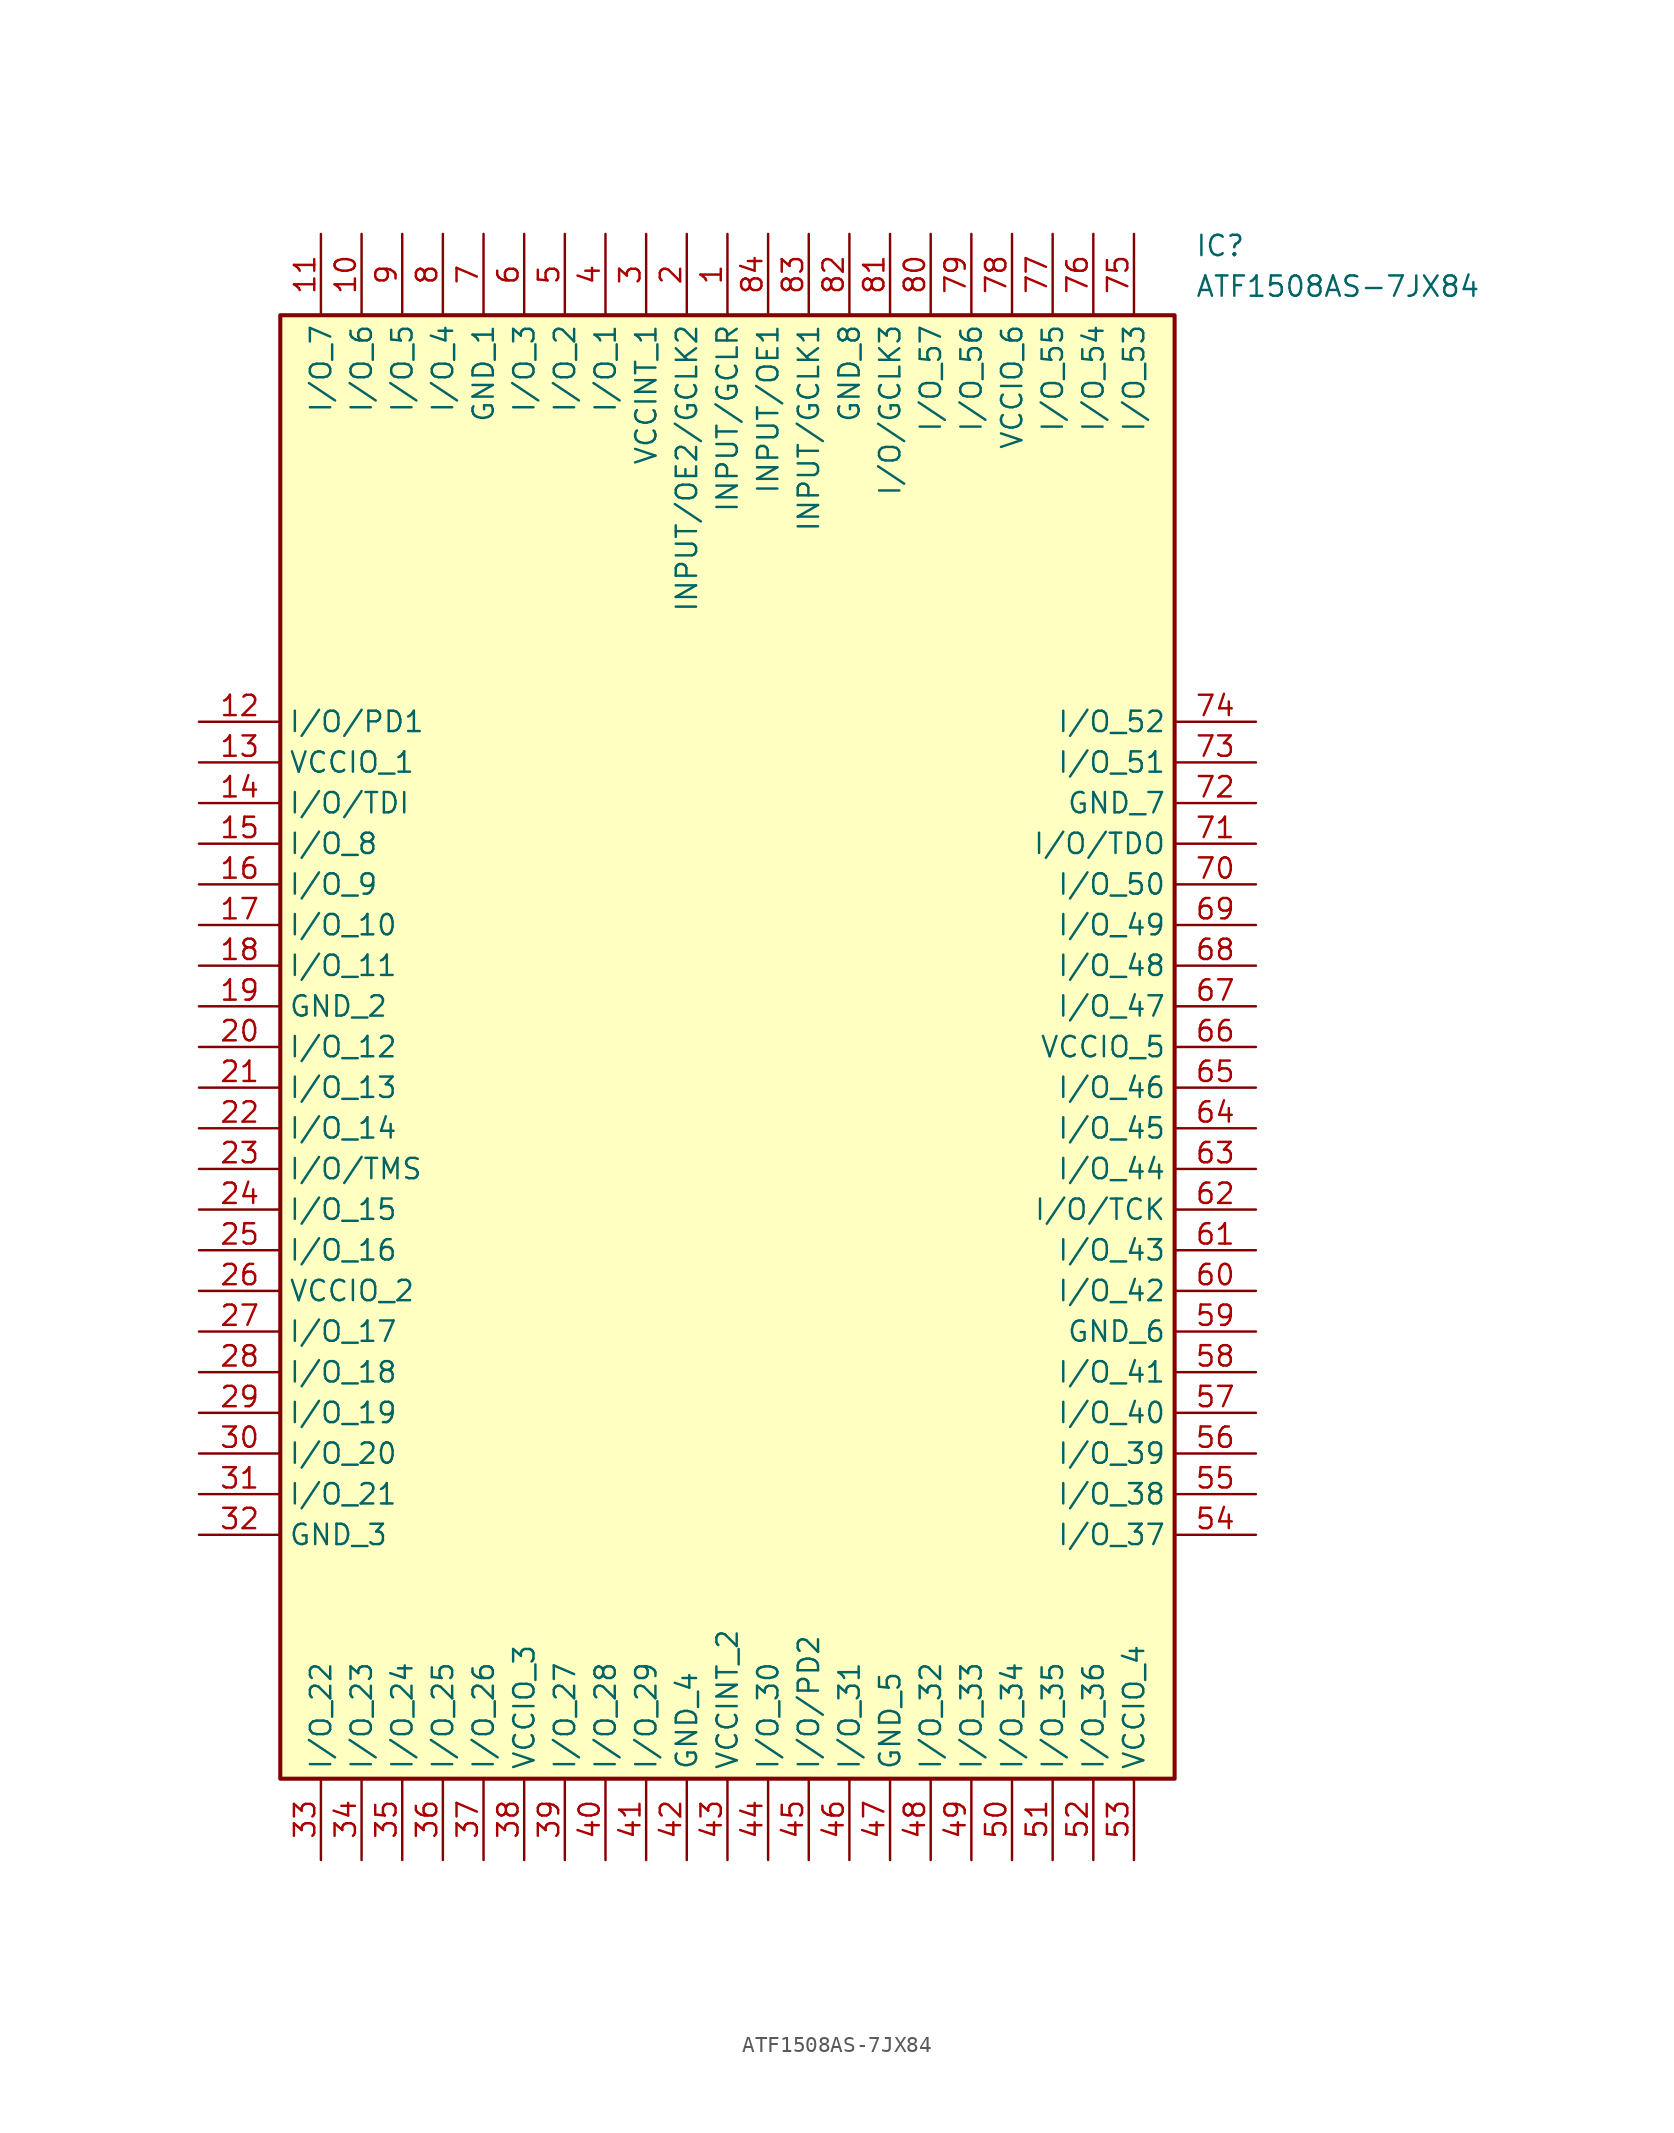
<source format=kicad_sym>
(kicad_symbol_lib
  (version 20220914)
  (generator kicad_symbol_editor)
  (symbol "ATF1508AS-7JX84"
    (property "Reference" "IC"
      (at 62.23 30.48 0)
      (effects (font (size 1.27 1.27)) (justify left top)))
    (property "Value" "ATF1508AS-7JX84"
      (at 62.23 27.94 0)
      (effects (font (size 1.27 1.27)) (justify left top)))
    (symbol "ATF1508AS-7JX84_1_1"
      (rectangle (start 5.08 25.4) (end 60.96 -66.04) (stroke (width 0.254) (type default)) (fill (type background)))
      (pin passive line (at 33.02 30.48 270) (length 5.08) (name "INPUT/GCLR" (effects (font (size 1.27 1.27)))) (number "1" (effects (font (size 1.27 1.27)))))
      (pin passive line (at 10.16 30.48 270) (length 5.08) (name "I/O_6" (effects (font (size 1.27 1.27)))) (number "10" (effects (font (size 1.27 1.27)))))
      (pin passive line (at 7.62 30.48 270) (length 5.08) (name "I/O_7" (effects (font (size 1.27 1.27)))) (number "11" (effects (font (size 1.27 1.27)))))
      (pin passive line (at 0 0 0) (length 5.08) (name "I/O/PD1" (effects (font (size 1.27 1.27)))) (number "12" (effects (font (size 1.27 1.27)))))
      (pin passive line (at 0 -2.54 0) (length 5.08) (name "VCCIO_1" (effects (font (size 1.27 1.27)))) (number "13" (effects (font (size 1.27 1.27)))))
      (pin passive line (at 0 -5.08 0) (length 5.08) (name "I/O/TDI" (effects (font (size 1.27 1.27)))) (number "14" (effects (font (size 1.27 1.27)))))
      (pin passive line (at 0 -7.62 0) (length 5.08) (name "I/O_8" (effects (font (size 1.27 1.27)))) (number "15" (effects (font (size 1.27 1.27)))))
      (pin passive line (at 0 -10.16 0) (length 5.08) (name "I/O_9" (effects (font (size 1.27 1.27)))) (number "16" (effects (font (size 1.27 1.27)))))
      (pin passive line (at 0 -12.7 0) (length 5.08) (name "I/O_10" (effects (font (size 1.27 1.27)))) (number "17" (effects (font (size 1.27 1.27)))))
      (pin passive line (at 0 -15.24 0) (length 5.08) (name "I/O_11" (effects (font (size 1.27 1.27)))) (number "18" (effects (font (size 1.27 1.27)))))
      (pin passive line (at 0 -17.78 0) (length 5.08) (name "GND_2" (effects (font (size 1.27 1.27)))) (number "19" (effects (font (size 1.27 1.27)))))
      (pin passive line (at 30.48 30.48 270) (length 5.08) (name "INPUT/OE2/GCLK2" (effects (font (size 1.27 1.27)))) (number "2" (effects (font (size 1.27 1.27)))))
      (pin passive line (at 0 -20.32 0) (length 5.08) (name "I/O_12" (effects (font (size 1.27 1.27)))) (number "20" (effects (font (size 1.27 1.27)))))
      (pin passive line (at 0 -22.86 0) (length 5.08) (name "I/O_13" (effects (font (size 1.27 1.27)))) (number "21" (effects (font (size 1.27 1.27)))))
      (pin passive line (at 0 -25.4 0) (length 5.08) (name "I/O_14" (effects (font (size 1.27 1.27)))) (number "22" (effects (font (size 1.27 1.27)))))
      (pin passive line (at 0 -27.94 0) (length 5.08) (name "I/O/TMS" (effects (font (size 1.27 1.27)))) (number "23" (effects (font (size 1.27 1.27)))))
      (pin passive line (at 0 -30.48 0) (length 5.08) (name "I/O_15" (effects (font (size 1.27 1.27)))) (number "24" (effects (font (size 1.27 1.27)))))
      (pin passive line (at 0 -33.02 0) (length 5.08) (name "I/O_16" (effects (font (size 1.27 1.27)))) (number "25" (effects (font (size 1.27 1.27)))))
      (pin passive line (at 0 -35.56 0) (length 5.08) (name "VCCIO_2" (effects (font (size 1.27 1.27)))) (number "26" (effects (font (size 1.27 1.27)))))
      (pin passive line (at 0 -38.1 0) (length 5.08) (name "I/O_17" (effects (font (size 1.27 1.27)))) (number "27" (effects (font (size 1.27 1.27)))))
      (pin passive line (at 0 -40.64 0) (length 5.08) (name "I/O_18" (effects (font (size 1.27 1.27)))) (number "28" (effects (font (size 1.27 1.27)))))
      (pin passive line (at 0 -43.18 0) (length 5.08) (name "I/O_19" (effects (font (size 1.27 1.27)))) (number "29" (effects (font (size 1.27 1.27)))))
      (pin passive line (at 27.94 30.48 270) (length 5.08) (name "VCCINT_1" (effects (font (size 1.27 1.27)))) (number "3" (effects (font (size 1.27 1.27)))))
      (pin passive line (at 0 -45.72 0) (length 5.08) (name "I/O_20" (effects (font (size 1.27 1.27)))) (number "30" (effects (font (size 1.27 1.27)))))
      (pin passive line (at 0 -48.26 0) (length 5.08) (name "I/O_21" (effects (font (size 1.27 1.27)))) (number "31" (effects (font (size 1.27 1.27)))))
      (pin passive line (at 0 -50.8 0) (length 5.08) (name "GND_3" (effects (font (size 1.27 1.27)))) (number "32" (effects (font (size 1.27 1.27)))))
      (pin passive line (at 7.62 -71.12 90) (length 5.08) (name "I/O_22" (effects (font (size 1.27 1.27)))) (number "33" (effects (font (size 1.27 1.27)))))
      (pin passive line (at 10.16 -71.12 90) (length 5.08) (name "I/O_23" (effects (font (size 1.27 1.27)))) (number "34" (effects (font (size 1.27 1.27)))))
      (pin passive line (at 12.7 -71.12 90) (length 5.08) (name "I/O_24" (effects (font (size 1.27 1.27)))) (number "35" (effects (font (size 1.27 1.27)))))
      (pin passive line (at 15.24 -71.12 90) (length 5.08) (name "I/O_25" (effects (font (size 1.27 1.27)))) (number "36" (effects (font (size 1.27 1.27)))))
      (pin passive line (at 17.78 -71.12 90) (length 5.08) (name "I/O_26" (effects (font (size 1.27 1.27)))) (number "37" (effects (font (size 1.27 1.27)))))
      (pin passive line (at 20.32 -71.12 90) (length 5.08) (name "VCCIO_3" (effects (font (size 1.27 1.27)))) (number "38" (effects (font (size 1.27 1.27)))))
      (pin passive line (at 22.86 -71.12 90) (length 5.08) (name "I/O_27" (effects (font (size 1.27 1.27)))) (number "39" (effects (font (size 1.27 1.27)))))
      (pin passive line (at 25.4 30.48 270) (length 5.08) (name "I/O_1" (effects (font (size 1.27 1.27)))) (number "4" (effects (font (size 1.27 1.27)))))
      (pin passive line (at 25.4 -71.12 90) (length 5.08) (name "I/O_28" (effects (font (size 1.27 1.27)))) (number "40" (effects (font (size 1.27 1.27)))))
      (pin passive line (at 27.94 -71.12 90) (length 5.08) (name "I/O_29" (effects (font (size 1.27 1.27)))) (number "41" (effects (font (size 1.27 1.27)))))
      (pin passive line (at 30.48 -71.12 90) (length 5.08) (name "GND_4" (effects (font (size 1.27 1.27)))) (number "42" (effects (font (size 1.27 1.27)))))
      (pin passive line (at 33.02 -71.12 90) (length 5.08) (name "VCCINT_2" (effects (font (size 1.27 1.27)))) (number "43" (effects (font (size 1.27 1.27)))))
      (pin passive line (at 35.56 -71.12 90) (length 5.08) (name "I/O_30" (effects (font (size 1.27 1.27)))) (number "44" (effects (font (size 1.27 1.27)))))
      (pin passive line (at 38.1 -71.12 90) (length 5.08) (name "I/O/PD2" (effects (font (size 1.27 1.27)))) (number "45" (effects (font (size 1.27 1.27)))))
      (pin passive line (at 40.64 -71.12 90) (length 5.08) (name "I/O_31" (effects (font (size 1.27 1.27)))) (number "46" (effects (font (size 1.27 1.27)))))
      (pin passive line (at 43.18 -71.12 90) (length 5.08) (name "GND_5" (effects (font (size 1.27 1.27)))) (number "47" (effects (font (size 1.27 1.27)))))
      (pin passive line (at 45.72 -71.12 90) (length 5.08) (name "I/O_32" (effects (font (size 1.27 1.27)))) (number "48" (effects (font (size 1.27 1.27)))))
      (pin passive line (at 48.26 -71.12 90) (length 5.08) (name "I/O_33" (effects (font (size 1.27 1.27)))) (number "49" (effects (font (size 1.27 1.27)))))
      (pin passive line (at 22.86 30.48 270) (length 5.08) (name "I/O_2" (effects (font (size 1.27 1.27)))) (number "5" (effects (font (size 1.27 1.27)))))
      (pin passive line (at 50.8 -71.12 90) (length 5.08) (name "I/O_34" (effects (font (size 1.27 1.27)))) (number "50" (effects (font (size 1.27 1.27)))))
      (pin passive line (at 53.34 -71.12 90) (length 5.08) (name "I/O_35" (effects (font (size 1.27 1.27)))) (number "51" (effects (font (size 1.27 1.27)))))
      (pin passive line (at 55.88 -71.12 90) (length 5.08) (name "I/O_36" (effects (font (size 1.27 1.27)))) (number "52" (effects (font (size 1.27 1.27)))))
      (pin passive line (at 58.42 -71.12 90) (length 5.08) (name "VCCIO_4" (effects (font (size 1.27 1.27)))) (number "53" (effects (font (size 1.27 1.27)))))
      (pin passive line (at 66.04 -50.8 180) (length 5.08) (name "I/O_37" (effects (font (size 1.27 1.27)))) (number "54" (effects (font (size 1.27 1.27)))))
      (pin passive line (at 66.04 -48.26 180) (length 5.08) (name "I/O_38" (effects (font (size 1.27 1.27)))) (number "55" (effects (font (size 1.27 1.27)))))
      (pin passive line (at 66.04 -45.72 180) (length 5.08) (name "I/O_39" (effects (font (size 1.27 1.27)))) (number "56" (effects (font (size 1.27 1.27)))))
      (pin passive line (at 66.04 -43.18 180) (length 5.08) (name "I/O_40" (effects (font (size 1.27 1.27)))) (number "57" (effects (font (size 1.27 1.27)))))
      (pin passive line (at 66.04 -40.64 180) (length 5.08) (name "I/O_41" (effects (font (size 1.27 1.27)))) (number "58" (effects (font (size 1.27 1.27)))))
      (pin passive line (at 66.04 -38.1 180) (length 5.08) (name "GND_6" (effects (font (size 1.27 1.27)))) (number "59" (effects (font (size 1.27 1.27)))))
      (pin passive line (at 20.32 30.48 270) (length 5.08) (name "I/O_3" (effects (font (size 1.27 1.27)))) (number "6" (effects (font (size 1.27 1.27)))))
      (pin passive line (at 66.04 -35.56 180) (length 5.08) (name "I/O_42" (effects (font (size 1.27 1.27)))) (number "60" (effects (font (size 1.27 1.27)))))
      (pin passive line (at 66.04 -33.02 180) (length 5.08) (name "I/O_43" (effects (font (size 1.27 1.27)))) (number "61" (effects (font (size 1.27 1.27)))))
      (pin passive line (at 66.04 -30.48 180) (length 5.08) (name "I/O/TCK" (effects (font (size 1.27 1.27)))) (number "62" (effects (font (size 1.27 1.27)))))
      (pin passive line (at 66.04 -27.94 180) (length 5.08) (name "I/O_44" (effects (font (size 1.27 1.27)))) (number "63" (effects (font (size 1.27 1.27)))))
      (pin passive line (at 66.04 -25.4 180) (length 5.08) (name "I/O_45" (effects (font (size 1.27 1.27)))) (number "64" (effects (font (size 1.27 1.27)))))
      (pin passive line (at 66.04 -22.86 180) (length 5.08) (name "I/O_46" (effects (font (size 1.27 1.27)))) (number "65" (effects (font (size 1.27 1.27)))))
      (pin passive line (at 66.04 -20.32 180) (length 5.08) (name "VCCIO_5" (effects (font (size 1.27 1.27)))) (number "66" (effects (font (size 1.27 1.27)))))
      (pin passive line (at 66.04 -17.78 180) (length 5.08) (name "I/O_47" (effects (font (size 1.27 1.27)))) (number "67" (effects (font (size 1.27 1.27)))))
      (pin passive line (at 66.04 -15.24 180) (length 5.08) (name "I/O_48" (effects (font (size 1.27 1.27)))) (number "68" (effects (font (size 1.27 1.27)))))
      (pin passive line (at 66.04 -12.7 180) (length 5.08) (name "I/O_49" (effects (font (size 1.27 1.27)))) (number "69" (effects (font (size 1.27 1.27)))))
      (pin passive line (at 17.78 30.48 270) (length 5.08) (name "GND_1" (effects (font (size 1.27 1.27)))) (number "7" (effects (font (size 1.27 1.27)))))
      (pin passive line (at 66.04 -10.16 180) (length 5.08) (name "I/O_50" (effects (font (size 1.27 1.27)))) (number "70" (effects (font (size 1.27 1.27)))))
      (pin passive line (at 66.04 -7.62 180) (length 5.08) (name "I/O/TDO" (effects (font (size 1.27 1.27)))) (number "71" (effects (font (size 1.27 1.27)))))
      (pin passive line (at 66.04 -5.08 180) (length 5.08) (name "GND_7" (effects (font (size 1.27 1.27)))) (number "72" (effects (font (size 1.27 1.27)))))
      (pin passive line (at 66.04 -2.54 180) (length 5.08) (name "I/O_51" (effects (font (size 1.27 1.27)))) (number "73" (effects (font (size 1.27 1.27)))))
      (pin passive line (at 66.04 0 180) (length 5.08) (name "I/O_52" (effects (font (size 1.27 1.27)))) (number "74" (effects (font (size 1.27 1.27)))))
      (pin passive line (at 58.42 30.48 270) (length 5.08) (name "I/O_53" (effects (font (size 1.27 1.27)))) (number "75" (effects (font (size 1.27 1.27)))))
      (pin passive line (at 55.88 30.48 270) (length 5.08) (name "I/O_54" (effects (font (size 1.27 1.27)))) (number "76" (effects (font (size 1.27 1.27)))))
      (pin passive line (at 53.34 30.48 270) (length 5.08) (name "I/O_55" (effects (font (size 1.27 1.27)))) (number "77" (effects (font (size 1.27 1.27)))))
      (pin passive line (at 50.8 30.48 270) (length 5.08) (name "VCCIO_6" (effects (font (size 1.27 1.27)))) (number "78" (effects (font (size 1.27 1.27)))))
      (pin passive line (at 48.26 30.48 270) (length 5.08) (name "I/O_56" (effects (font (size 1.27 1.27)))) (number "79" (effects (font (size 1.27 1.27)))))
      (pin passive line (at 15.24 30.48 270) (length 5.08) (name "I/O_4" (effects (font (size 1.27 1.27)))) (number "8" (effects (font (size 1.27 1.27)))))
      (pin passive line (at 45.72 30.48 270) (length 5.08) (name "I/O_57" (effects (font (size 1.27 1.27)))) (number "80" (effects (font (size 1.27 1.27)))))
      (pin passive line (at 43.18 30.48 270) (length 5.08) (name "I/O/GCLK3" (effects (font (size 1.27 1.27)))) (number "81" (effects (font (size 1.27 1.27)))))
      (pin passive line (at 40.64 30.48 270) (length 5.08) (name "GND_8" (effects (font (size 1.27 1.27)))) (number "82" (effects (font (size 1.27 1.27)))))
      (pin passive line (at 38.1 30.48 270) (length 5.08) (name "INPUT/GCLK1" (effects (font (size 1.27 1.27)))) (number "83" (effects (font (size 1.27 1.27)))))
      (pin passive line (at 35.56 30.48 270) (length 5.08) (name "INPUT/OE1" (effects (font (size 1.27 1.27)))) (number "84" (effects (font (size 1.27 1.27)))))
      (pin passive line (at 12.7 30.48 270) (length 5.08) (name "I/O_5" (effects (font (size 1.27 1.27)))) (number "9" (effects (font (size 1.27 1.27))))))))
</source>
